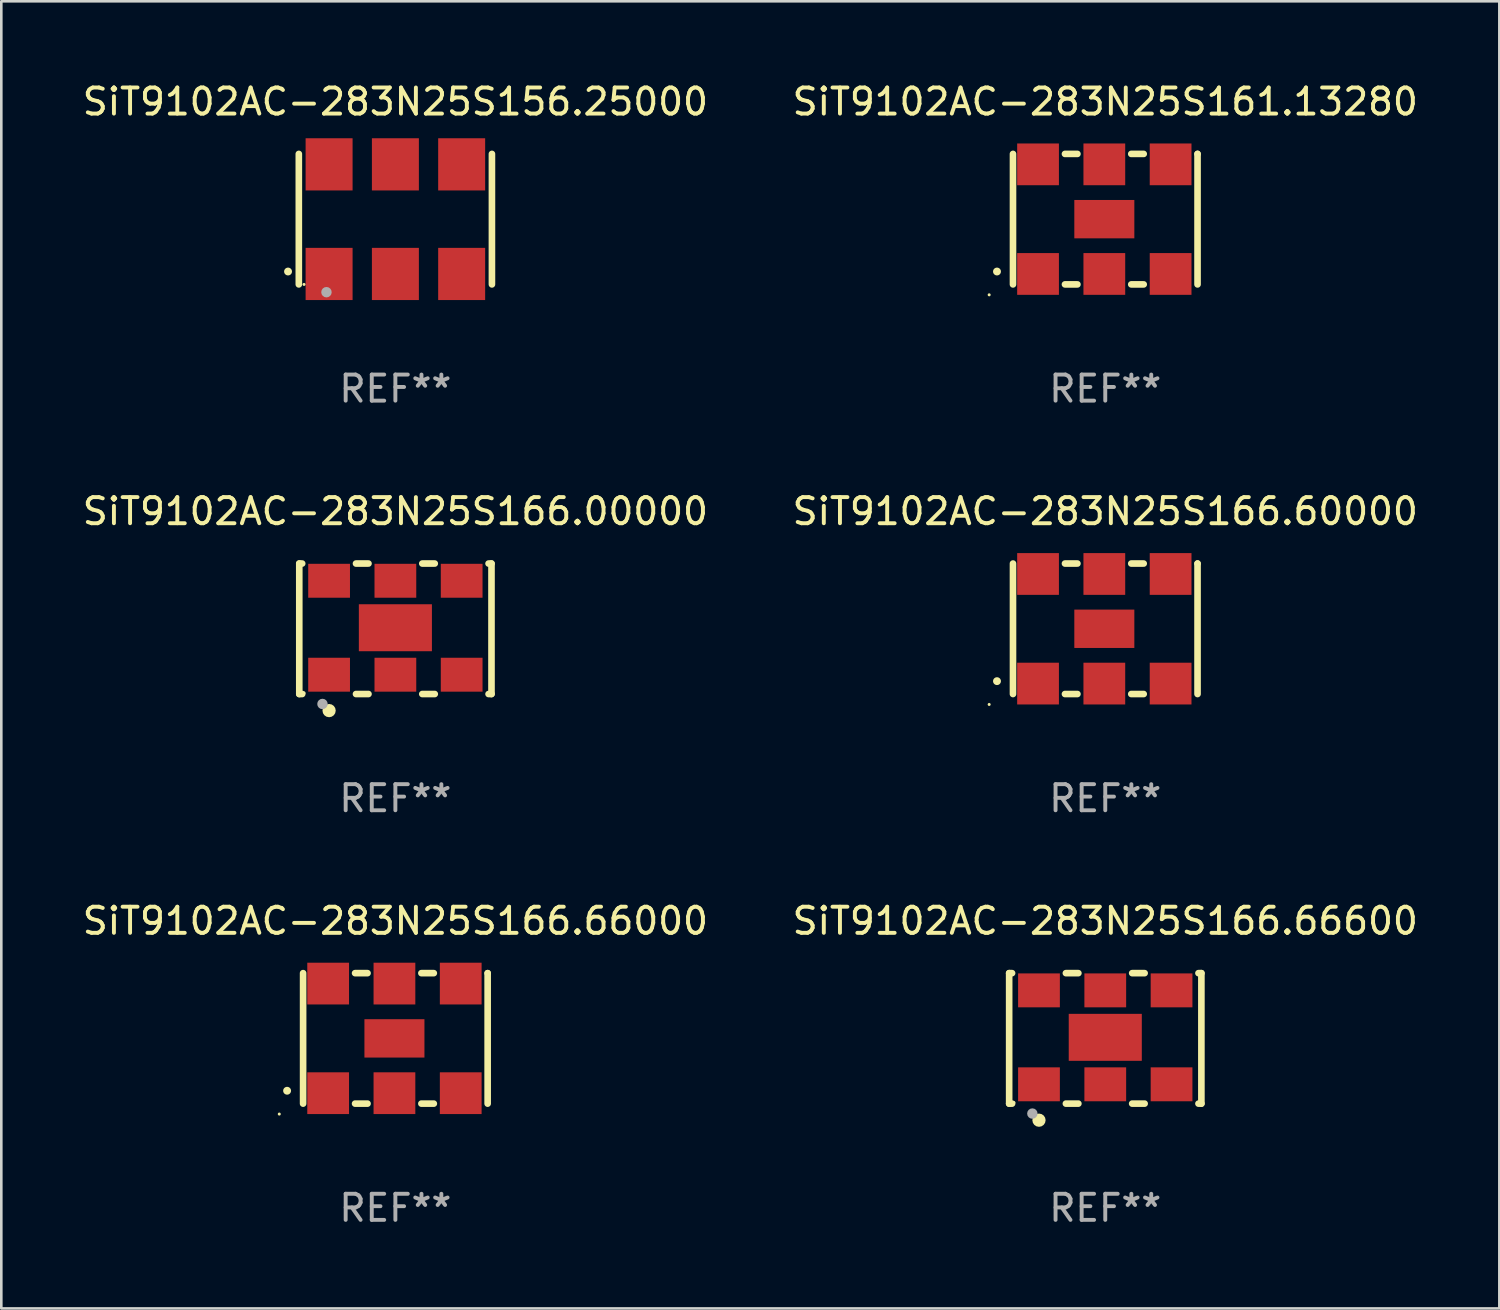
<source format=kicad_pcb>
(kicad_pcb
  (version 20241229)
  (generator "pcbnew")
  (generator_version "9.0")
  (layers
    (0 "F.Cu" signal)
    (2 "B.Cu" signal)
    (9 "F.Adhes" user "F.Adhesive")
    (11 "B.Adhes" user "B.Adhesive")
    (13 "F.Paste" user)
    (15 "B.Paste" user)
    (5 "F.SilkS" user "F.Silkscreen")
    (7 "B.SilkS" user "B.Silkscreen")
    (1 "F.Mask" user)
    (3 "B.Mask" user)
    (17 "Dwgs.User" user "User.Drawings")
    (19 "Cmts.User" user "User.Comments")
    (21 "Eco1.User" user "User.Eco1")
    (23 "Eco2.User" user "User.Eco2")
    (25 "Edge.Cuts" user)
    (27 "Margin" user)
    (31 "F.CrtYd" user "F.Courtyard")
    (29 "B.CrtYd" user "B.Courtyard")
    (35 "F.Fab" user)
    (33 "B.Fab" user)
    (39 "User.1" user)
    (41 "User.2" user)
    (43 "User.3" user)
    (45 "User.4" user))
  (footprint "SiT9102AC-283N25S166.66000"
    (layer "F.Cu")
    (at 12.101 36.741)
    (property "Reference" "SiT9102AC-283N25S166.66000" (at 0 -4.5 0) (layer "F.SilkS") (effects (font (size 1 1) (thickness 0.15))))
    (attr through_hole)
    (fp_line (start -3.536 -2.5) (end -3.536 2.5) (stroke (width 0.254) (type solid)) (layer "F.SilkS"))
    (fp_line (start -1.544 2.5) (end -1.067 2.5) (stroke (width 0.254) (type solid)) (layer "F.SilkS"))
    (fp_line (start -1.067 -2.5) (end -1.544 -2.5) (stroke (width 0.254) (type solid)) (layer "F.SilkS"))
    (fp_line (start 0.996 2.5) (end 1.473 2.5) (stroke (width 0.254) (type solid)) (layer "F.SilkS"))
    (fp_line (start 1.473 -2.5) (end 0.996 -2.5) (stroke (width 0.254) (type solid)) (layer "F.SilkS"))
    (fp_line (start 3.536 -2.5) (end 3.536 -2.5) (stroke (width 0.254) (type solid)) (layer "F.SilkS"))
    (fp_line (start 3.536 2.5) (end 3.536 -2.5) (stroke (width 0.254) (type solid)) (layer "F.SilkS"))
    (fp_arc (start -4.150432 2.006604) (mid -4.149162 2.006599) (end -4.147892 2.006604) (stroke (width 0.3) (type solid)) (layer "F.SilkS"))
    (fp_circle (center -4.449 2.9) (end -4.419 2.9) (stroke (width 0.06) (type solid)) (fill no) (layer "F.SilkS"))
    (fp_text user "REF**" (at 0 6.5 0) (layer "F.Fab") (effects (font (size 1 1) (thickness 0.15))))
    (pad "1" smd rect (at -2.576 2.1) (size 1.6 1.6) (layers "F.Cu" "F.Mask" "F.Paste"))
    (pad "2" smd rect (at -0.036 2.1) (size 1.6 1.6) (layers "F.Cu" "F.Mask" "F.Paste"))
    (pad "3" smd rect (at 2.504 2.1) (size 1.6 1.6) (layers "F.Cu" "F.Mask" "F.Paste"))
    (pad "4" smd rect (at 2.504 -2.1) (size 1.6 1.6) (layers "F.Cu" "F.Mask" "F.Paste"))
    (pad "5" smd rect (at -0.036 -2.1) (size 1.6 1.6) (layers "F.Cu" "F.Mask" "F.Paste"))
    (pad "6" smd rect (at -2.576 -2.1) (size 1.6 1.6) (layers "F.Cu" "F.Mask" "F.Paste"))
    (pad "7" smd rect (at -0.036 0) (size 2.3 1.47) (layers "F.Cu" "F.Mask" "F.Paste")))
  (footprint "SiT9102AC-283N25S166.60000"
    (layer "F.Cu")
    (at 39.304 21.045)
    (property "Reference" "SiT9102AC-283N25S166.60000" (at 0 -4.5 0) (layer "F.SilkS") (effects (font (size 1 1) (thickness 0.15))))
    (attr through_hole)
    (fp_line (start -3.536 -2.5) (end -3.536 2.5) (stroke (width 0.254) (type solid)) (layer "F.SilkS"))
    (fp_line (start -1.544 2.5) (end -1.067 2.5) (stroke (width 0.254) (type solid)) (layer "F.SilkS"))
    (fp_line (start -1.067 -2.5) (end -1.544 -2.5) (stroke (width 0.254) (type solid)) (layer "F.SilkS"))
    (fp_line (start 0.996 2.5) (end 1.473 2.5) (stroke (width 0.254) (type solid)) (layer "F.SilkS"))
    (fp_line (start 1.473 -2.5) (end 0.996 -2.5) (stroke (width 0.254) (type solid)) (layer "F.SilkS"))
    (fp_line (start 3.536 -2.5) (end 3.536 -2.5) (stroke (width 0.254) (type solid)) (layer "F.SilkS"))
    (fp_line (start 3.536 2.5) (end 3.536 -2.5) (stroke (width 0.254) (type solid)) (layer "F.SilkS"))
    (fp_arc (start -4.150432 2.006604) (mid -4.149162 2.006599) (end -4.147892 2.006604) (stroke (width 0.3) (type solid)) (layer "F.SilkS"))
    (fp_circle (center -4.449 2.9) (end -4.419 2.9) (stroke (width 0.06) (type solid)) (fill no) (layer "F.SilkS"))
    (fp_text user "REF**" (at 0 6.5 0) (layer "F.Fab") (effects (font (size 1 1) (thickness 0.15))))
    (pad "1" smd rect (at -2.576 2.1) (size 1.6 1.6) (layers "F.Cu" "F.Mask" "F.Paste"))
    (pad "2" smd rect (at -0.036 2.1) (size 1.6 1.6) (layers "F.Cu" "F.Mask" "F.Paste"))
    (pad "3" smd rect (at 2.504 2.1) (size 1.6 1.6) (layers "F.Cu" "F.Mask" "F.Paste"))
    (pad "4" smd rect (at 2.504 -2.1) (size 1.6 1.6) (layers "F.Cu" "F.Mask" "F.Paste"))
    (pad "5" smd rect (at -0.036 -2.1) (size 1.6 1.6) (layers "F.Cu" "F.Mask" "F.Paste"))
    (pad "6" smd rect (at -2.576 -2.1) (size 1.6 1.6) (layers "F.Cu" "F.Mask" "F.Paste"))
    (pad "7" smd rect (at -0.036 0) (size 2.3 1.47) (layers "F.Cu" "F.Mask" "F.Paste")))
  (footprint "SiT9102AC-283N25S166.00000"
    (layer "F.Cu")
    (at 12.101 21.045)
    (property "Reference" "SiT9102AC-283N25S166.00000" (at 0 -4.5 0) (layer "F.SilkS") (effects (font (size 1 1) (thickness 0.15))))
    (attr through_hole)
    (fp_line (start -3.683 -2.5) (end -3.571 -2.5) (stroke (width 0.254) (type solid)) (layer "F.SilkS"))
    (fp_line (start -3.683 2.5) (end -3.683 -2.5) (stroke (width 0.254) (type solid)) (layer "F.SilkS"))
    (fp_line (start -3.683 2.5) (end -3.571 2.5) (stroke (width 0.254) (type solid)) (layer "F.SilkS"))
    (fp_line (start -1.509 -2.5) (end -1.031 -2.5) (stroke (width 0.254) (type solid)) (layer "F.SilkS"))
    (fp_line (start -1.509 2.5) (end -1.031 2.5) (stroke (width 0.254) (type solid)) (layer "F.SilkS"))
    (fp_line (start 1.031 -2.5) (end 1.509 -2.5) (stroke (width 0.254) (type solid)) (layer "F.SilkS"))
    (fp_line (start 1.031 2.5) (end 1.509 2.5) (stroke (width 0.254) (type solid)) (layer "F.SilkS"))
    (fp_line (start 3.571 -2.5) (end 3.683 -2.5) (stroke (width 0.254) (type solid)) (layer "F.SilkS"))
    (fp_line (start 3.571 2.5) (end 3.683 2.5) (stroke (width 0.254) (type solid)) (layer "F.SilkS"))
    (fp_line (start 3.683 2.5) (end 3.683 -2.5) (stroke (width 0.254) (type solid)) (layer "F.SilkS"))
    (fp_circle (center -3.5 2.46) (end -3.47 2.46) (stroke (width 0.06) (type solid)) (fill no) (layer "F.SilkS"))
    (fp_circle (center -2.54 3.135) (end -2.413 3.135) (stroke (width 0.254) (type solid)) (fill no) (layer "F.SilkS"))
    (fp_circle (center -2.794 2.881) (end -2.694 2.881) (stroke (width 0.2) (type solid)) (fill no) (layer "F.Fab"))
    (fp_text user "REF**" (at 0 6.5 0) (layer "F.Fab") (effects (font (size 1 1) (thickness 0.15))))
    (pad "1" smd rect (at -2.54 1.76) (size 1.6 1.3) (layers "F.Cu" "F.Mask" "F.Paste"))
    (pad "2" smd rect (at 0 1.76) (size 1.6 1.3) (layers "F.Cu" "F.Mask" "F.Paste"))
    (pad "3" smd rect (at 2.54 1.76) (size 1.6 1.3) (layers "F.Cu" "F.Mask" "F.Paste"))
    (pad "4" smd rect (at 2.54 -1.84) (size 1.6 1.3) (layers "F.Cu" "F.Mask" "F.Paste"))
    (pad "5" smd rect (at 0 -1.84) (size 1.6 1.3) (layers "F.Cu" "F.Mask" "F.Paste"))
    (pad "6" smd rect (at -2.54 -1.84) (size 1.6 1.3) (layers "F.Cu" "F.Mask" "F.Paste"))
    (pad "7" smd rect (at 0 -0.04) (size 2.8 1.8) (layers "F.Cu" "F.Mask" "F.Paste")))
  (footprint "SiT9102AC-283N25S161.13280"
    (layer "F.Cu")
    (at 39.304 5.348)
    (property "Reference" "SiT9102AC-283N25S161.13280" (at 0 -4.5 0) (layer "F.SilkS") (effects (font (size 1 1) (thickness 0.15))))
    (attr through_hole)
    (fp_line (start -3.536 -2.5) (end -3.536 2.5) (stroke (width 0.254) (type solid)) (layer "F.SilkS"))
    (fp_line (start -1.544 2.5) (end -1.067 2.5) (stroke (width 0.254) (type solid)) (layer "F.SilkS"))
    (fp_line (start -1.067 -2.5) (end -1.544 -2.5) (stroke (width 0.254) (type solid)) (layer "F.SilkS"))
    (fp_line (start 0.996 2.5) (end 1.473 2.5) (stroke (width 0.254) (type solid)) (layer "F.SilkS"))
    (fp_line (start 1.473 -2.5) (end 0.996 -2.5) (stroke (width 0.254) (type solid)) (layer "F.SilkS"))
    (fp_line (start 3.536 -2.5) (end 3.536 -2.5) (stroke (width 0.254) (type solid)) (layer "F.SilkS"))
    (fp_line (start 3.536 2.5) (end 3.536 -2.5) (stroke (width 0.254) (type solid)) (layer "F.SilkS"))
    (fp_arc (start -4.150432 2.006604) (mid -4.149162 2.006599) (end -4.147892 2.006604) (stroke (width 0.3) (type solid)) (layer "F.SilkS"))
    (fp_circle (center -4.449 2.9) (end -4.419 2.9) (stroke (width 0.06) (type solid)) (fill no) (layer "F.SilkS"))
    (fp_text user "REF**" (at 0 6.5 0) (layer "F.Fab") (effects (font (size 1 1) (thickness 0.15))))
    (pad "1" smd rect (at -2.576 2.1) (size 1.6 1.6) (layers "F.Cu" "F.Mask" "F.Paste"))
    (pad "2" smd rect (at -0.036 2.1) (size 1.6 1.6) (layers "F.Cu" "F.Mask" "F.Paste"))
    (pad "3" smd rect (at 2.504 2.1) (size 1.6 1.6) (layers "F.Cu" "F.Mask" "F.Paste"))
    (pad "4" smd rect (at 2.504 -2.1) (size 1.6 1.6) (layers "F.Cu" "F.Mask" "F.Paste"))
    (pad "5" smd rect (at -0.036 -2.1) (size 1.6 1.6) (layers "F.Cu" "F.Mask" "F.Paste"))
    (pad "6" smd rect (at -2.576 -2.1) (size 1.6 1.6) (layers "F.Cu" "F.Mask" "F.Paste"))
    (pad "7" smd rect (at -0.036 0) (size 2.3 1.47) (layers "F.Cu" "F.Mask" "F.Paste")))
  (footprint "SiT9102AC-283N25S156.25000"
    (layer "F.Cu")
    (at 12.101 5.348)
    (property "Reference" "SiT9102AC-283N25S156.25000" (at 0 -4.5 0) (layer "F.SilkS") (effects (font (size 1 1) (thickness 0.15))))
    (attr through_hole)
    (fp_line (start -3.7 -2.5) (end -3.7 2.5) (stroke (width 0.254) (type solid)) (layer "F.SilkS"))
    (fp_line (start 3.7 -2.5) (end 3.7 2.5) (stroke (width 0.254) (type solid)) (layer "F.SilkS"))
    (fp_arc (start -4.114415 2.006604) (mid -4.113145 2.006599) (end -4.111875 2.006604) (stroke (width 0.3) (type solid)) (layer "F.SilkS"))
    (fp_circle (center -3.5 2.501) (end -3.47 2.501) (stroke (width 0.06) (type solid)) (fill no) (layer "F.SilkS"))
    (fp_circle (center -2.641 2.799) (end -2.541 2.799) (stroke (width 0.2) (type solid)) (fill no) (layer "F.Fab"))
    (fp_text user "REF**" (at 0 6.5 0) (layer "F.Fab") (effects (font (size 1 1) (thickness 0.15))))
    (pad "1" smd rect (at -2.54 2.1) (size 1.8 2) (layers "F.Cu" "F.Mask" "F.Paste"))
    (pad "2" smd rect (at 0.000394 2.1) (size 1.8 2) (layers "F.Cu" "F.Mask" "F.Paste"))
    (pad "3" smd rect (at 2.54 2.1) (size 1.8 2) (layers "F.Cu" "F.Mask" "F.Paste"))
    (pad "4" smd rect (at 2.54 -2.1) (size 1.8 2) (layers "F.Cu" "F.Mask" "F.Paste"))
    (pad "5" smd rect (at 0.000394 -2.1) (size 1.8 2) (layers "F.Cu" "F.Mask" "F.Paste"))
    (pad "6" smd rect (at -2.54 -2.1) (size 1.8 2) (layers "F.Cu" "F.Mask" "F.Paste")))
  (footprint "SiT9102AC-283N25S166.66600"
    (layer "F.Cu")
    (at 39.304 36.741)
    (property "Reference" "SiT9102AC-283N25S166.66600" (at 0 -4.5 0) (layer "F.SilkS") (effects (font (size 1 1) (thickness 0.15))))
    (attr through_hole)
    (fp_line (start -3.683 -2.5) (end -3.571 -2.5) (stroke (width 0.254) (type solid)) (layer "F.SilkS"))
    (fp_line (start -3.683 2.5) (end -3.683 -2.5) (stroke (width 0.254) (type solid)) (layer "F.SilkS"))
    (fp_line (start -3.683 2.5) (end -3.571 2.5) (stroke (width 0.254) (type solid)) (layer "F.SilkS"))
    (fp_line (start -1.509 -2.5) (end -1.031 -2.5) (stroke (width 0.254) (type solid)) (layer "F.SilkS"))
    (fp_line (start -1.509 2.5) (end -1.031 2.5) (stroke (width 0.254) (type solid)) (layer "F.SilkS"))
    (fp_line (start 1.031 -2.5) (end 1.509 -2.5) (stroke (width 0.254) (type solid)) (layer "F.SilkS"))
    (fp_line (start 1.031 2.5) (end 1.509 2.5) (stroke (width 0.254) (type solid)) (layer "F.SilkS"))
    (fp_line (start 3.571 -2.5) (end 3.683 -2.5) (stroke (width 0.254) (type solid)) (layer "F.SilkS"))
    (fp_line (start 3.571 2.5) (end 3.683 2.5) (stroke (width 0.254) (type solid)) (layer "F.SilkS"))
    (fp_line (start 3.683 2.5) (end 3.683 -2.5) (stroke (width 0.254) (type solid)) (layer "F.SilkS"))
    (fp_circle (center -3.5 2.46) (end -3.47 2.46) (stroke (width 0.06) (type solid)) (fill no) (layer "F.SilkS"))
    (fp_circle (center -2.54 3.135) (end -2.413 3.135) (stroke (width 0.254) (type solid)) (fill no) (layer "F.SilkS"))
    (fp_circle (center -2.794 2.881) (end -2.694 2.881) (stroke (width 0.2) (type solid)) (fill no) (layer "F.Fab"))
    (fp_text user "REF**" (at 0 6.5 0) (layer "F.Fab") (effects (font (size 1 1) (thickness 0.15))))
    (pad "1" smd rect (at -2.54 1.76) (size 1.6 1.3) (layers "F.Cu" "F.Mask" "F.Paste"))
    (pad "2" smd rect (at 0 1.76) (size 1.6 1.3) (layers "F.Cu" "F.Mask" "F.Paste"))
    (pad "3" smd rect (at 2.54 1.76) (size 1.6 1.3) (layers "F.Cu" "F.Mask" "F.Paste"))
    (pad "4" smd rect (at 2.54 -1.84) (size 1.6 1.3) (layers "F.Cu" "F.Mask" "F.Paste"))
    (pad "5" smd rect (at 0 -1.84) (size 1.6 1.3) (layers "F.Cu" "F.Mask" "F.Paste"))
    (pad "6" smd rect (at -2.54 -1.84) (size 1.6 1.3) (layers "F.Cu" "F.Mask" "F.Paste"))
    (pad "7" smd rect (at 0 -0.04) (size 2.8 1.8) (layers "F.Cu" "F.Mask" "F.Paste")))
  (gr_rect
    (start -3 -3)
    (end 54.405 47.09)
    (stroke (width 0.1) (type default))
    (fill no)
    (layer "Edge.Cuts")))
</source>
